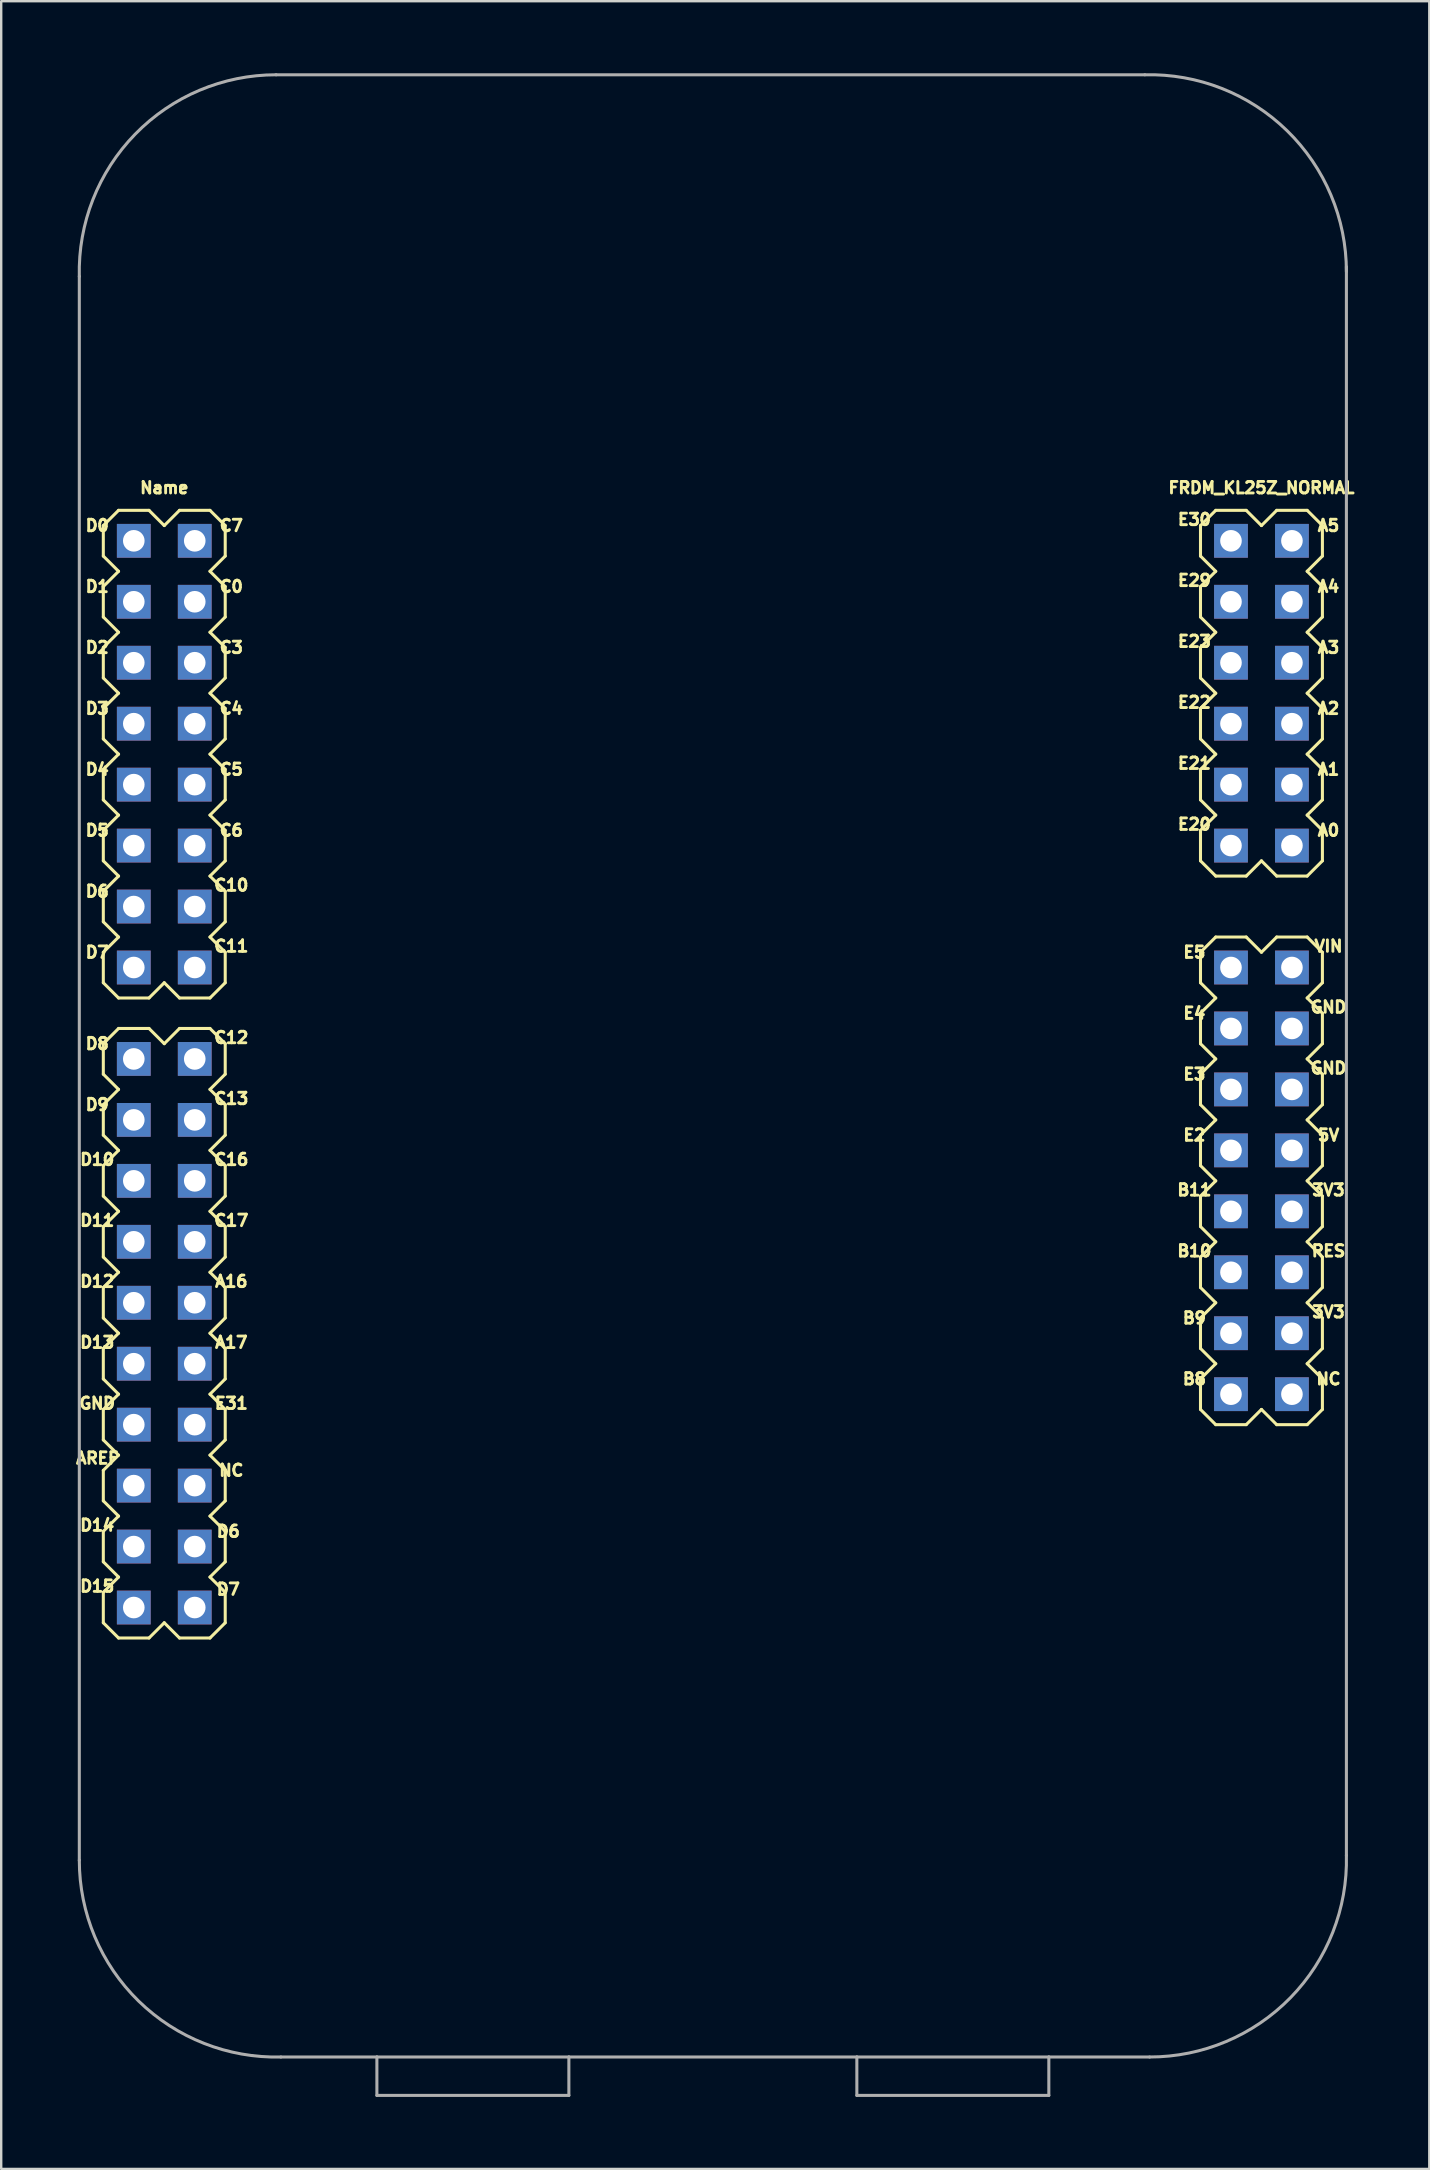
<source format=kicad_pcb>
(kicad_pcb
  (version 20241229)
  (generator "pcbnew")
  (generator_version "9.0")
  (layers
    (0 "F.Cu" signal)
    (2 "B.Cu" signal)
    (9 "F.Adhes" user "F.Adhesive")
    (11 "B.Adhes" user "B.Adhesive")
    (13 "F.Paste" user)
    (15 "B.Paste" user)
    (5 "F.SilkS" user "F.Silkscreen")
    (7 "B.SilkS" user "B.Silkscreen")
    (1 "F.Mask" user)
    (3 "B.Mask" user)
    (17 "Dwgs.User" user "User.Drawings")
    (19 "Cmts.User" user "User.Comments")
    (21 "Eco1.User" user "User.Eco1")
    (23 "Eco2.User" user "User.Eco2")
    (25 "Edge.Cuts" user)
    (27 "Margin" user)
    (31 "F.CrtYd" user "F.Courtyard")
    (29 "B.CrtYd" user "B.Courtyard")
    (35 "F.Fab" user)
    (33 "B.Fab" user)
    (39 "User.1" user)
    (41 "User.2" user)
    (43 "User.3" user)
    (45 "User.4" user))
  (footprint "FRDM_KL25Z_NORMAL"
    (layer "F.Cu")
    (at 26.655 37.266)
    (property "Reference" "FRDM_KL25Z_NORMAL" (at 22.86 -19.99 0) (layer "F.SilkS") (effects (font (size 0.48 0.48) (thickness 0.15))))
    (attr through_hole)
    (fp_line (start -25.4 -18.415) (end -25.4 -17.145) (stroke (width 0.127) (type solid)) (layer "F.SilkS"))
    (fp_line (start -25.4 -17.145) (end -24.765 -16.51) (stroke (width 0.127) (type solid)) (layer "F.SilkS"))
    (fp_line (start -25.4 -15.875) (end -25.4 -14.605) (stroke (width 0.127) (type solid)) (layer "F.SilkS"))
    (fp_line (start -25.4 -14.605) (end -24.765 -13.97) (stroke (width 0.127) (type solid)) (layer "F.SilkS"))
    (fp_line (start -25.4 -13.335) (end -25.4 -12.065) (stroke (width 0.127) (type solid)) (layer "F.SilkS"))
    (fp_line (start -25.4 -12.065) (end -24.765 -11.43) (stroke (width 0.127) (type solid)) (layer "F.SilkS"))
    (fp_line (start -25.4 -10.795) (end -25.4 -9.525) (stroke (width 0.127) (type solid)) (layer "F.SilkS"))
    (fp_line (start -25.4 -9.525) (end -24.765 -8.89) (stroke (width 0.127) (type solid)) (layer "F.SilkS"))
    (fp_line (start -25.4 -8.255) (end -25.4 -6.985) (stroke (width 0.127) (type solid)) (layer "F.SilkS"))
    (fp_line (start -25.4 -6.985) (end -24.765 -6.35) (stroke (width 0.127) (type solid)) (layer "F.SilkS"))
    (fp_line (start -25.4 -5.715) (end -25.4 -4.445) (stroke (width 0.127) (type solid)) (layer "F.SilkS"))
    (fp_line (start -25.4 -4.445) (end -24.765 -3.81) (stroke (width 0.127) (type solid)) (layer "F.SilkS"))
    (fp_line (start -25.4 -3.175) (end -25.4 -1.905) (stroke (width 0.127) (type solid)) (layer "F.SilkS"))
    (fp_line (start -25.4 -1.905) (end -24.765 -1.27) (stroke (width 0.127) (type solid)) (layer "F.SilkS"))
    (fp_line (start -25.4 -0.635) (end -25.4 0.635) (stroke (width 0.127) (type solid)) (layer "F.SilkS"))
    (fp_line (start -25.4 0.635) (end -24.765 1.27) (stroke (width 0.127) (type solid)) (layer "F.SilkS"))
    (fp_line (start -25.4 3.175) (end -25.4 4.445) (stroke (width 0.127) (type solid)) (layer "F.SilkS"))
    (fp_line (start -25.4 4.445) (end -24.765 5.08) (stroke (width 0.127) (type solid)) (layer "F.SilkS"))
    (fp_line (start -25.4 5.715) (end -25.4 6.985) (stroke (width 0.127) (type solid)) (layer "F.SilkS"))
    (fp_line (start -25.4 6.985) (end -24.765 7.62) (stroke (width 0.127) (type solid)) (layer "F.SilkS"))
    (fp_line (start -25.4 8.255) (end -25.4 9.525) (stroke (width 0.127) (type solid)) (layer "F.SilkS"))
    (fp_line (start -25.4 9.525) (end -24.765 10.16) (stroke (width 0.127) (type solid)) (layer "F.SilkS"))
    (fp_line (start -25.4 10.795) (end -25.4 12.065) (stroke (width 0.127) (type solid)) (layer "F.SilkS"))
    (fp_line (start -25.4 12.065) (end -24.765 12.7) (stroke (width 0.127) (type solid)) (layer "F.SilkS"))
    (fp_line (start -25.4 13.335) (end -25.4 14.605) (stroke (width 0.127) (type solid)) (layer "F.SilkS"))
    (fp_line (start -25.4 14.605) (end -24.765 15.24) (stroke (width 0.127) (type solid)) (layer "F.SilkS"))
    (fp_line (start -25.4 15.875) (end -25.4 17.145) (stroke (width 0.127) (type solid)) (layer "F.SilkS"))
    (fp_line (start -25.4 17.145) (end -24.765 17.78) (stroke (width 0.127) (type solid)) (layer "F.SilkS"))
    (fp_line (start -25.4 18.415) (end -25.4 19.685) (stroke (width 0.127) (type solid)) (layer "F.SilkS"))
    (fp_line (start -25.4 19.685) (end -24.765 20.32) (stroke (width 0.127) (type solid)) (layer "F.SilkS"))
    (fp_line (start -25.4 20.955) (end -25.4 22.225) (stroke (width 0.127) (type solid)) (layer "F.SilkS"))
    (fp_line (start -25.4 22.225) (end -24.765 22.86) (stroke (width 0.127) (type solid)) (layer "F.SilkS"))
    (fp_line (start -25.4 23.495) (end -25.4 24.765) (stroke (width 0.127) (type solid)) (layer "F.SilkS"))
    (fp_line (start -25.4 24.765) (end -24.765 25.4) (stroke (width 0.127) (type solid)) (layer "F.SilkS"))
    (fp_line (start -25.4 27.305) (end -25.4 26.035) (stroke (width 0.127) (type solid)) (layer "F.SilkS"))
    (fp_line (start -25.4 27.305) (end -24.765 27.94) (stroke (width 0.127) (type solid)) (layer "F.SilkS"))
    (fp_line (start -24.765 -19.05) (end -25.4 -18.415) (stroke (width 0.127) (type solid)) (layer "F.SilkS"))
    (fp_line (start -24.765 -16.51) (end -25.4 -15.875) (stroke (width 0.127) (type solid)) (layer "F.SilkS"))
    (fp_line (start -24.765 -13.97) (end -25.4 -13.335) (stroke (width 0.127) (type solid)) (layer "F.SilkS"))
    (fp_line (start -24.765 -11.43) (end -25.4 -10.795) (stroke (width 0.127) (type solid)) (layer "F.SilkS"))
    (fp_line (start -24.765 -8.89) (end -25.4 -8.255) (stroke (width 0.127) (type solid)) (layer "F.SilkS"))
    (fp_line (start -24.765 -6.35) (end -25.4 -5.715) (stroke (width 0.127) (type solid)) (layer "F.SilkS"))
    (fp_line (start -24.765 -3.81) (end -25.4 -3.175) (stroke (width 0.127) (type solid)) (layer "F.SilkS"))
    (fp_line (start -24.765 -1.27) (end -25.4 -0.635) (stroke (width 0.127) (type solid)) (layer "F.SilkS"))
    (fp_line (start -24.765 1.27) (end -23.495 1.27) (stroke (width 0.127) (type solid)) (layer "F.SilkS"))
    (fp_line (start -24.765 2.54) (end -25.4 3.175) (stroke (width 0.127) (type solid)) (layer "F.SilkS"))
    (fp_line (start -24.765 2.54) (end -23.495 2.54) (stroke (width 0.127) (type solid)) (layer "F.SilkS"))
    (fp_line (start -24.765 5.08) (end -25.4 5.715) (stroke (width 0.127) (type solid)) (layer "F.SilkS"))
    (fp_line (start -24.765 7.62) (end -25.4 8.255) (stroke (width 0.127) (type solid)) (layer "F.SilkS"))
    (fp_line (start -24.765 10.16) (end -25.4 10.795) (stroke (width 0.127) (type solid)) (layer "F.SilkS"))
    (fp_line (start -24.765 12.7) (end -25.4 13.335) (stroke (width 0.127) (type solid)) (layer "F.SilkS"))
    (fp_line (start -24.765 15.24) (end -25.4 15.875) (stroke (width 0.127) (type solid)) (layer "F.SilkS"))
    (fp_line (start -24.765 17.78) (end -25.4 18.415) (stroke (width 0.127) (type solid)) (layer "F.SilkS"))
    (fp_line (start -24.765 20.32) (end -25.4 20.955) (stroke (width 0.127) (type solid)) (layer "F.SilkS"))
    (fp_line (start -24.765 22.86) (end -25.4 23.495) (stroke (width 0.127) (type solid)) (layer "F.SilkS"))
    (fp_line (start -24.765 25.4) (end -25.4 26.035) (stroke (width 0.127) (type solid)) (layer "F.SilkS"))
    (fp_line (start -24.765 27.94) (end -23.495 27.94) (stroke (width 0.127) (type solid)) (layer "F.SilkS"))
    (fp_line (start -23.495 -19.05) (end -24.765 -19.05) (stroke (width 0.127) (type solid)) (layer "F.SilkS"))
    (fp_line (start -23.495 1.27) (end -22.86 0.635) (stroke (width 0.127) (type solid)) (layer "F.SilkS"))
    (fp_line (start -23.495 27.94) (end -22.86 27.305) (stroke (width 0.127) (type solid)) (layer "F.SilkS"))
    (fp_line (start -22.86 -18.415) (end -23.495 -19.05) (stroke (width 0.127) (type solid)) (layer "F.SilkS"))
    (fp_line (start -22.86 0.635) (end -22.225 1.27) (stroke (width 0.127) (type solid)) (layer "F.SilkS"))
    (fp_line (start -22.86 3.175) (end -23.495 2.54) (stroke (width 0.127) (type solid)) (layer "F.SilkS"))
    (fp_line (start -22.86 27.305) (end -22.225 27.94) (stroke (width 0.127) (type solid)) (layer "F.SilkS"))
    (fp_line (start -22.225 -19.05) (end -22.86 -18.415) (stroke (width 0.127) (type solid)) (layer "F.SilkS"))
    (fp_line (start -22.225 1.27) (end -20.955 1.27) (stroke (width 0.127) (type solid)) (layer "F.SilkS"))
    (fp_line (start -22.225 2.54) (end -22.86 3.175) (stroke (width 0.127) (type solid)) (layer "F.SilkS"))
    (fp_line (start -22.225 2.54) (end -20.955 2.54) (stroke (width 0.127) (type solid)) (layer "F.SilkS"))
    (fp_line (start -22.225 27.94) (end -20.955 27.94) (stroke (width 0.127) (type solid)) (layer "F.SilkS"))
    (fp_line (start -20.955 -19.05) (end -22.225 -19.05) (stroke (width 0.127) (type solid)) (layer "F.SilkS"))
    (fp_line (start -20.955 -16.51) (end -20.32 -17.145) (stroke (width 0.127) (type solid)) (layer "F.SilkS"))
    (fp_line (start -20.955 -13.97) (end -20.32 -14.605) (stroke (width 0.127) (type solid)) (layer "F.SilkS"))
    (fp_line (start -20.955 -11.43) (end -20.32 -12.065) (stroke (width 0.127) (type solid)) (layer "F.SilkS"))
    (fp_line (start -20.955 -8.89) (end -20.32 -9.525) (stroke (width 0.127) (type solid)) (layer "F.SilkS"))
    (fp_line (start -20.955 -6.35) (end -20.32 -6.985) (stroke (width 0.127) (type solid)) (layer "F.SilkS"))
    (fp_line (start -20.955 -3.81) (end -20.32 -4.445) (stroke (width 0.127) (type solid)) (layer "F.SilkS"))
    (fp_line (start -20.955 -1.27) (end -20.32 -1.905) (stroke (width 0.127) (type solid)) (layer "F.SilkS"))
    (fp_line (start -20.955 1.27) (end -20.32 0.635) (stroke (width 0.127) (type solid)) (layer "F.SilkS"))
    (fp_line (start -20.955 5.08) (end -20.32 4.445) (stroke (width 0.127) (type solid)) (layer "F.SilkS"))
    (fp_line (start -20.955 7.62) (end -20.32 6.985) (stroke (width 0.127) (type solid)) (layer "F.SilkS"))
    (fp_line (start -20.955 10.16) (end -20.32 9.525) (stroke (width 0.127) (type solid)) (layer "F.SilkS"))
    (fp_line (start -20.955 12.7) (end -20.32 12.065) (stroke (width 0.127) (type solid)) (layer "F.SilkS"))
    (fp_line (start -20.955 15.24) (end -20.32 14.605) (stroke (width 0.127) (type solid)) (layer "F.SilkS"))
    (fp_line (start -20.955 17.78) (end -20.32 17.145) (stroke (width 0.127) (type solid)) (layer "F.SilkS"))
    (fp_line (start -20.955 20.32) (end -20.32 19.685) (stroke (width 0.127) (type solid)) (layer "F.SilkS"))
    (fp_line (start -20.955 22.86) (end -20.32 22.225) (stroke (width 0.127) (type solid)) (layer "F.SilkS"))
    (fp_line (start -20.955 25.4) (end -20.32 24.765) (stroke (width 0.127) (type solid)) (layer "F.SilkS"))
    (fp_line (start -20.955 27.94) (end -20.32 27.305) (stroke (width 0.127) (type solid)) (layer "F.SilkS"))
    (fp_line (start -20.32 -18.415) (end -20.955 -19.05) (stroke (width 0.127) (type solid)) (layer "F.SilkS"))
    (fp_line (start -20.32 -17.145) (end -20.32 -18.415) (stroke (width 0.127) (type solid)) (layer "F.SilkS"))
    (fp_line (start -20.32 -15.875) (end -20.955 -16.51) (stroke (width 0.127) (type solid)) (layer "F.SilkS"))
    (fp_line (start -20.32 -14.605) (end -20.32 -15.875) (stroke (width 0.127) (type solid)) (layer "F.SilkS"))
    (fp_line (start -20.32 -13.335) (end -20.955 -13.97) (stroke (width 0.127) (type solid)) (layer "F.SilkS"))
    (fp_line (start -20.32 -12.065) (end -20.32 -13.335) (stroke (width 0.127) (type solid)) (layer "F.SilkS"))
    (fp_line (start -20.32 -10.795) (end -20.955 -11.43) (stroke (width 0.127) (type solid)) (layer "F.SilkS"))
    (fp_line (start -20.32 -9.525) (end -20.32 -10.795) (stroke (width 0.127) (type solid)) (layer "F.SilkS"))
    (fp_line (start -20.32 -8.255) (end -20.955 -8.89) (stroke (width 0.127) (type solid)) (layer "F.SilkS"))
    (fp_line (start -20.32 -6.985) (end -20.32 -8.255) (stroke (width 0.127) (type solid)) (layer "F.SilkS"))
    (fp_line (start -20.32 -5.715) (end -20.955 -6.35) (stroke (width 0.127) (type solid)) (layer "F.SilkS"))
    (fp_line (start -20.32 -4.445) (end -20.32 -5.715) (stroke (width 0.127) (type solid)) (layer "F.SilkS"))
    (fp_line (start -20.32 -3.175) (end -20.955 -3.81) (stroke (width 0.127) (type solid)) (layer "F.SilkS"))
    (fp_line (start -20.32 -1.905) (end -20.32 -3.175) (stroke (width 0.127) (type solid)) (layer "F.SilkS"))
    (fp_line (start -20.32 -0.635) (end -20.955 -1.27) (stroke (width 0.127) (type solid)) (layer "F.SilkS"))
    (fp_line (start -20.32 0.635) (end -20.32 -0.635) (stroke (width 0.127) (type solid)) (layer "F.SilkS"))
    (fp_line (start -20.32 3.175) (end -20.955 2.54) (stroke (width 0.127) (type solid)) (layer "F.SilkS"))
    (fp_line (start -20.32 4.445) (end -20.32 3.175) (stroke (width 0.127) (type solid)) (layer "F.SilkS"))
    (fp_line (start -20.32 5.715) (end -20.955 5.08) (stroke (width 0.127) (type solid)) (layer "F.SilkS"))
    (fp_line (start -20.32 6.985) (end -20.32 5.715) (stroke (width 0.127) (type solid)) (layer "F.SilkS"))
    (fp_line (start -20.32 8.255) (end -20.955 7.62) (stroke (width 0.127) (type solid)) (layer "F.SilkS"))
    (fp_line (start -20.32 9.525) (end -20.32 8.255) (stroke (width 0.127) (type solid)) (layer "F.SilkS"))
    (fp_line (start -20.32 10.795) (end -20.955 10.16) (stroke (width 0.127) (type solid)) (layer "F.SilkS"))
    (fp_line (start -20.32 12.065) (end -20.32 10.795) (stroke (width 0.127) (type solid)) (layer "F.SilkS"))
    (fp_line (start -20.32 13.335) (end -20.955 12.7) (stroke (width 0.127) (type solid)) (layer "F.SilkS"))
    (fp_line (start -20.32 14.605) (end -20.32 13.335) (stroke (width 0.127) (type solid)) (layer "F.SilkS"))
    (fp_line (start -20.32 15.875) (end -20.955 15.24) (stroke (width 0.127) (type solid)) (layer "F.SilkS"))
    (fp_line (start -20.32 17.145) (end -20.32 15.875) (stroke (width 0.127) (type solid)) (layer "F.SilkS"))
    (fp_line (start -20.32 18.415) (end -20.955 17.78) (stroke (width 0.127) (type solid)) (layer "F.SilkS"))
    (fp_line (start -20.32 19.685) (end -20.32 18.415) (stroke (width 0.127) (type solid)) (layer "F.SilkS"))
    (fp_line (start -20.32 20.955) (end -20.955 20.32) (stroke (width 0.127) (type solid)) (layer "F.SilkS"))
    (fp_line (start -20.32 22.225) (end -20.32 20.955) (stroke (width 0.127) (type solid)) (layer "F.SilkS"))
    (fp_line (start -20.32 23.495) (end -20.955 22.86) (stroke (width 0.127) (type solid)) (layer "F.SilkS"))
    (fp_line (start -20.32 24.765) (end -20.32 23.495) (stroke (width 0.127) (type solid)) (layer "F.SilkS"))
    (fp_line (start -20.32 26.035) (end -20.955 25.4) (stroke (width 0.127) (type solid)) (layer "F.SilkS"))
    (fp_line (start -20.32 27.305) (end -20.32 26.035) (stroke (width 0.127) (type solid)) (layer "F.SilkS"))
    (fp_line (start 20.32 -18.415) (end 20.32 -17.145) (stroke (width 0.127) (type solid)) (layer "F.SilkS"))
    (fp_line (start 20.32 -17.145) (end 20.955 -16.51) (stroke (width 0.127) (type solid)) (layer "F.SilkS"))
    (fp_line (start 20.32 -15.875) (end 20.32 -14.605) (stroke (width 0.127) (type solid)) (layer "F.SilkS"))
    (fp_line (start 20.32 -14.605) (end 20.955 -13.97) (stroke (width 0.127) (type solid)) (layer "F.SilkS"))
    (fp_line (start 20.32 -13.335) (end 20.32 -12.065) (stroke (width 0.127) (type solid)) (layer "F.SilkS"))
    (fp_line (start 20.32 -12.065) (end 20.955 -11.43) (stroke (width 0.127) (type solid)) (layer "F.SilkS"))
    (fp_line (start 20.32 -10.795) (end 20.32 -9.525) (stroke (width 0.127) (type solid)) (layer "F.SilkS"))
    (fp_line (start 20.32 -9.525) (end 20.955 -8.89) (stroke (width 0.127) (type solid)) (layer "F.SilkS"))
    (fp_line (start 20.32 -8.255) (end 20.32 -6.985) (stroke (width 0.127) (type solid)) (layer "F.SilkS"))
    (fp_line (start 20.32 -6.985) (end 20.955 -6.35) (stroke (width 0.127) (type solid)) (layer "F.SilkS"))
    (fp_line (start 20.32 -5.715) (end 20.32 -4.445) (stroke (width 0.127) (type solid)) (layer "F.SilkS"))
    (fp_line (start 20.32 -4.445) (end 20.955 -3.81) (stroke (width 0.127) (type solid)) (layer "F.SilkS"))
    (fp_line (start 20.32 -0.635) (end 20.32 0.635) (stroke (width 0.127) (type solid)) (layer "F.SilkS"))
    (fp_line (start 20.32 0.635) (end 20.955 1.27) (stroke (width 0.127) (type solid)) (layer "F.SilkS"))
    (fp_line (start 20.32 1.905) (end 20.32 3.175) (stroke (width 0.127) (type solid)) (layer "F.SilkS"))
    (fp_line (start 20.32 3.175) (end 20.955 3.81) (stroke (width 0.127) (type solid)) (layer "F.SilkS"))
    (fp_line (start 20.32 4.445) (end 20.32 5.715) (stroke (width 0.127) (type solid)) (layer "F.SilkS"))
    (fp_line (start 20.32 5.715) (end 20.955 6.35) (stroke (width 0.127) (type solid)) (layer "F.SilkS"))
    (fp_line (start 20.32 6.985) (end 20.32 8.255) (stroke (width 0.127) (type solid)) (layer "F.SilkS"))
    (fp_line (start 20.32 8.255) (end 20.955 8.89) (stroke (width 0.127) (type solid)) (layer "F.SilkS"))
    (fp_line (start 20.32 9.525) (end 20.32 10.795) (stroke (width 0.127) (type solid)) (layer "F.SilkS"))
    (fp_line (start 20.32 10.795) (end 20.955 11.43) (stroke (width 0.127) (type solid)) (layer "F.SilkS"))
    (fp_line (start 20.32 12.065) (end 20.32 13.335) (stroke (width 0.127) (type solid)) (layer "F.SilkS"))
    (fp_line (start 20.32 13.335) (end 20.955 13.97) (stroke (width 0.127) (type solid)) (layer "F.SilkS"))
    (fp_line (start 20.32 14.605) (end 20.32 15.875) (stroke (width 0.127) (type solid)) (layer "F.SilkS"))
    (fp_line (start 20.32 15.875) (end 20.955 16.51) (stroke (width 0.127) (type solid)) (layer "F.SilkS"))
    (fp_line (start 20.32 18.415) (end 20.32 17.145) (stroke (width 0.127) (type solid)) (layer "F.SilkS"))
    (fp_line (start 20.32 18.415) (end 20.955 19.05) (stroke (width 0.127) (type solid)) (layer "F.SilkS"))
    (fp_line (start 20.955 -19.05) (end 20.32 -18.415) (stroke (width 0.127) (type solid)) (layer "F.SilkS"))
    (fp_line (start 20.955 -16.51) (end 20.32 -15.875) (stroke (width 0.127) (type solid)) (layer "F.SilkS"))
    (fp_line (start 20.955 -13.97) (end 20.32 -13.335) (stroke (width 0.127) (type solid)) (layer "F.SilkS"))
    (fp_line (start 20.955 -11.43) (end 20.32 -10.795) (stroke (width 0.127) (type solid)) (layer "F.SilkS"))
    (fp_line (start 20.955 -8.89) (end 20.32 -8.255) (stroke (width 0.127) (type solid)) (layer "F.SilkS"))
    (fp_line (start 20.955 -6.35) (end 20.32 -5.715) (stroke (width 0.127) (type solid)) (layer "F.SilkS"))
    (fp_line (start 20.955 -3.81) (end 22.225 -3.81) (stroke (width 0.127) (type solid)) (layer "F.SilkS"))
    (fp_line (start 20.955 -1.27) (end 20.32 -0.635) (stroke (width 0.127) (type solid)) (layer "F.SilkS"))
    (fp_line (start 20.955 -1.27) (end 22.225 -1.27) (stroke (width 0.127) (type solid)) (layer "F.SilkS"))
    (fp_line (start 20.955 1.27) (end 20.32 1.905) (stroke (width 0.127) (type solid)) (layer "F.SilkS"))
    (fp_line (start 20.955 3.81) (end 20.32 4.445) (stroke (width 0.127) (type solid)) (layer "F.SilkS"))
    (fp_line (start 20.955 6.35) (end 20.32 6.985) (stroke (width 0.127) (type solid)) (layer "F.SilkS"))
    (fp_line (start 20.955 8.89) (end 20.32 9.525) (stroke (width 0.127) (type solid)) (layer "F.SilkS"))
    (fp_line (start 20.955 11.43) (end 20.32 12.065) (stroke (width 0.127) (type solid)) (layer "F.SilkS"))
    (fp_line (start 20.955 13.97) (end 20.32 14.605) (stroke (width 0.127) (type solid)) (layer "F.SilkS"))
    (fp_line (start 20.955 16.51) (end 20.32 17.145) (stroke (width 0.127) (type solid)) (layer "F.SilkS"))
    (fp_line (start 20.955 19.05) (end 22.225 19.05) (stroke (width 0.127) (type solid)) (layer "F.SilkS"))
    (fp_line (start 22.225 -19.05) (end 20.955 -19.05) (stroke (width 0.127) (type solid)) (layer "F.SilkS"))
    (fp_line (start 22.225 -3.81) (end 22.86 -4.445) (stroke (width 0.127) (type solid)) (layer "F.SilkS"))
    (fp_line (start 22.225 19.05) (end 22.86 18.415) (stroke (width 0.127) (type solid)) (layer "F.SilkS"))
    (fp_line (start 22.86 -18.415) (end 22.225 -19.05) (stroke (width 0.127) (type solid)) (layer "F.SilkS"))
    (fp_line (start 22.86 -4.445) (end 23.495 -3.81) (stroke (width 0.127) (type solid)) (layer "F.SilkS"))
    (fp_line (start 22.86 -0.635) (end 22.225 -1.27) (stroke (width 0.127) (type solid)) (layer "F.SilkS"))
    (fp_line (start 22.86 18.415) (end 23.495 19.05) (stroke (width 0.127) (type solid)) (layer "F.SilkS"))
    (fp_line (start 23.495 -19.05) (end 22.86 -18.415) (stroke (width 0.127) (type solid)) (layer "F.SilkS"))
    (fp_line (start 23.495 -1.27) (end 22.86 -0.635) (stroke (width 0.127) (type solid)) (layer "F.SilkS"))
    (fp_line (start 23.495 -1.27) (end 24.765 -1.27) (stroke (width 0.127) (type solid)) (layer "F.SilkS"))
    (fp_line (start 23.495 19.05) (end 24.765 19.05) (stroke (width 0.127) (type solid)) (layer "F.SilkS"))
    (fp_line (start 24.765 -19.05) (end 23.495 -19.05) (stroke (width 0.127) (type solid)) (layer "F.SilkS"))
    (fp_line (start 24.765 -19.05) (end 25.4 -18.415) (stroke (width 0.127) (type solid)) (layer "F.SilkS"))
    (fp_line (start 24.765 -16.51) (end 25.4 -15.875) (stroke (width 0.127) (type solid)) (layer "F.SilkS"))
    (fp_line (start 24.765 -13.97) (end 25.4 -13.335) (stroke (width 0.127) (type solid)) (layer "F.SilkS"))
    (fp_line (start 24.765 -11.43) (end 25.4 -10.795) (stroke (width 0.127) (type solid)) (layer "F.SilkS"))
    (fp_line (start 24.765 -8.89) (end 25.4 -8.255) (stroke (width 0.127) (type solid)) (layer "F.SilkS"))
    (fp_line (start 24.765 -6.35) (end 25.4 -5.715) (stroke (width 0.127) (type solid)) (layer "F.SilkS"))
    (fp_line (start 24.765 -3.81) (end 23.495 -3.81) (stroke (width 0.127) (type solid)) (layer "F.SilkS"))
    (fp_line (start 24.765 1.27) (end 25.4 0.635) (stroke (width 0.127) (type solid)) (layer "F.SilkS"))
    (fp_line (start 24.765 3.81) (end 25.4 3.175) (stroke (width 0.127) (type solid)) (layer "F.SilkS"))
    (fp_line (start 24.765 6.35) (end 25.4 5.715) (stroke (width 0.127) (type solid)) (layer "F.SilkS"))
    (fp_line (start 24.765 8.89) (end 25.4 8.255) (stroke (width 0.127) (type solid)) (layer "F.SilkS"))
    (fp_line (start 24.765 11.43) (end 25.4 10.795) (stroke (width 0.127) (type solid)) (layer "F.SilkS"))
    (fp_line (start 24.765 13.97) (end 25.4 13.335) (stroke (width 0.127) (type solid)) (layer "F.SilkS"))
    (fp_line (start 24.765 16.51) (end 25.4 15.875) (stroke (width 0.127) (type solid)) (layer "F.SilkS"))
    (fp_line (start 24.765 19.05) (end 25.4 18.415) (stroke (width 0.127) (type solid)) (layer "F.SilkS"))
    (fp_line (start 25.4 -18.415) (end 25.4 -17.145) (stroke (width 0.127) (type solid)) (layer "F.SilkS"))
    (fp_line (start 25.4 -17.145) (end 24.765 -16.51) (stroke (width 0.127) (type solid)) (layer "F.SilkS"))
    (fp_line (start 25.4 -15.875) (end 25.4 -14.605) (stroke (width 0.127) (type solid)) (layer "F.SilkS"))
    (fp_line (start 25.4 -14.605) (end 24.765 -13.97) (stroke (width 0.127) (type solid)) (layer "F.SilkS"))
    (fp_line (start 25.4 -13.335) (end 25.4 -12.065) (stroke (width 0.127) (type solid)) (layer "F.SilkS"))
    (fp_line (start 25.4 -12.065) (end 24.765 -11.43) (stroke (width 0.127) (type solid)) (layer "F.SilkS"))
    (fp_line (start 25.4 -10.795) (end 25.4 -9.525) (stroke (width 0.127) (type solid)) (layer "F.SilkS"))
    (fp_line (start 25.4 -9.525) (end 24.765 -8.89) (stroke (width 0.127) (type solid)) (layer "F.SilkS"))
    (fp_line (start 25.4 -8.255) (end 25.4 -6.985) (stroke (width 0.127) (type solid)) (layer "F.SilkS"))
    (fp_line (start 25.4 -6.985) (end 24.765 -6.35) (stroke (width 0.127) (type solid)) (layer "F.SilkS"))
    (fp_line (start 25.4 -5.715) (end 25.4 -4.445) (stroke (width 0.127) (type solid)) (layer "F.SilkS"))
    (fp_line (start 25.4 -4.445) (end 24.765 -3.81) (stroke (width 0.127) (type solid)) (layer "F.SilkS"))
    (fp_line (start 25.4 -0.635) (end 24.765 -1.27) (stroke (width 0.127) (type solid)) (layer "F.SilkS"))
    (fp_line (start 25.4 0.635) (end 25.4 -0.635) (stroke (width 0.127) (type solid)) (layer "F.SilkS"))
    (fp_line (start 25.4 1.905) (end 24.765 1.27) (stroke (width 0.127) (type solid)) (layer "F.SilkS"))
    (fp_line (start 25.4 3.175) (end 25.4 1.905) (stroke (width 0.127) (type solid)) (layer "F.SilkS"))
    (fp_line (start 25.4 4.445) (end 24.765 3.81) (stroke (width 0.127) (type solid)) (layer "F.SilkS"))
    (fp_line (start 25.4 5.715) (end 25.4 4.445) (stroke (width 0.127) (type solid)) (layer "F.SilkS"))
    (fp_line (start 25.4 6.985) (end 24.765 6.35) (stroke (width 0.127) (type solid)) (layer "F.SilkS"))
    (fp_line (start 25.4 8.255) (end 25.4 6.985) (stroke (width 0.127) (type solid)) (layer "F.SilkS"))
    (fp_line (start 25.4 9.525) (end 24.765 8.89) (stroke (width 0.127) (type solid)) (layer "F.SilkS"))
    (fp_line (start 25.4 10.795) (end 25.4 9.525) (stroke (width 0.127) (type solid)) (layer "F.SilkS"))
    (fp_line (start 25.4 12.065) (end 24.765 11.43) (stroke (width 0.127) (type solid)) (layer "F.SilkS"))
    (fp_line (start 25.4 12.065) (end 25.4 13.335) (stroke (width 0.127) (type solid)) (layer "F.SilkS"))
    (fp_line (start 25.4 14.605) (end 24.765 13.97) (stroke (width 0.127) (type solid)) (layer "F.SilkS"))
    (fp_line (start 25.4 15.875) (end 25.4 14.605) (stroke (width 0.127) (type solid)) (layer "F.SilkS"))
    (fp_line (start 25.4 17.145) (end 24.765 16.51) (stroke (width 0.127) (type solid)) (layer "F.SilkS"))
    (fp_line (start 25.4 18.415) (end 25.4 17.145) (stroke (width 0.127) (type solid)) (layer "F.SilkS"))
    (fp_line (start -26.4 -28.8) (end -26.4 37.2) (stroke (width 0.127) (type solid)) (layer "F.Fab"))
    (fp_line (start -14 45.4) (end -18 45.4) (stroke (width 0.127) (type solid)) (layer "F.Fab"))
    (fp_line (start -14 45.4) (end -14 47) (stroke (width 0.127) (type solid)) (layer "F.Fab"))
    (fp_line (start -14 47) (end -6 47) (stroke (width 0.127) (type solid)) (layer "F.Fab"))
    (fp_line (start -6 45.4) (end -14 45.4) (stroke (width 0.127) (type solid)) (layer "F.Fab"))
    (fp_line (start -6 47) (end -6 45.4) (stroke (width 0.127) (type solid)) (layer "F.Fab"))
    (fp_line (start 6 45.4) (end -6 45.4) (stroke (width 0.127) (type solid)) (layer "F.Fab"))
    (fp_line (start 6 47) (end 6 45.4) (stroke (width 0.127) (type solid)) (layer "F.Fab"))
    (fp_line (start 14 45.4) (end 6 45.4) (stroke (width 0.127) (type solid)) (layer "F.Fab"))
    (fp_line (start 14 45.4) (end 14 47) (stroke (width 0.127) (type solid)) (layer "F.Fab"))
    (fp_line (start 14 47) (end 6 47) (stroke (width 0.127) (type solid)) (layer "F.Fab"))
    (fp_line (start 18 -37.2) (end -18.2 -37.2) (stroke (width 0.127) (type solid)) (layer "F.Fab"))
    (fp_line (start 18.2 45.4) (end 14 45.4) (stroke (width 0.127) (type solid)) (layer "F.Fab"))
    (fp_line (start 26.4 -29.2) (end 26.4 37) (stroke (width 0.127) (type solid)) (layer "F.Fab"))
    (fp_arc (start -26.4 -28.8) (mid -24.069771 -34.727634) (end -18.2 -37.2) (stroke (width 0.127) (type solid)) (layer "F.Fab"))
    (fp_arc (start -18 45.4) (mid -23.927634 43.069771) (end -26.4 37.2) (stroke (width 0.127) (type solid)) (layer "F.Fab"))
    (fp_arc (start 18 -37.2) (mid 23.927634 -34.869771) (end 26.4 -29) (stroke (width 0.127) (type solid)) (layer "F.Fab"))
    (fp_arc (start 26.4 37) (mid 24.069771 42.927634) (end 18.2 45.4) (stroke (width 0.127) (type solid)) (layer "F.Fab"))
    (fp_text user "3V3" (at 25.654 14.351 0) (layer "F.SilkS") (effects (font (size 0.48 0.48) (thickness 0.15))))
    (fp_text user "B8" (at 20.066 17.145 0) (layer "F.SilkS") (effects (font (size 0.48 0.48) (thickness 0.15))))
    (fp_text user "C13" (at -20.066 5.461 0) (layer "F.SilkS") (effects (font (size 0.48 0.48) (thickness 0.15))))
    (fp_text user "C5" (at -20.066 -8.255 0) (layer "F.SilkS") (effects (font (size 0.48 0.48) (thickness 0.15))))
    (fp_text user "E29" (at 20.066 -16.129 0) (layer "F.SilkS") (effects (font (size 0.48 0.48) (thickness 0.15))))
    (fp_text user "5V" (at 25.654 6.985 0) (layer "F.SilkS") (effects (font (size 0.48 0.48) (thickness 0.15))))
    (fp_text user "D7" (at -20.193 25.908 0) (layer "F.SilkS") (effects (font (size 0.48 0.48) (thickness 0.15))))
    (fp_text user "NC" (at 25.654 17.145 0) (layer "F.SilkS") (effects (font (size 0.48 0.48) (thickness 0.15))))
    (fp_text user "GND" (at 25.654 1.651 0) (layer "F.SilkS") (effects (font (size 0.48 0.48) (thickness 0.15))))
    (fp_text user "D10" (at -25.654 8.001 0) (layer "F.SilkS") (effects (font (size 0.48 0.48) (thickness 0.15))))
    (fp_text user "RES" (at 25.654 11.811 0) (layer "F.SilkS") (effects (font (size 0.48 0.48) (thickness 0.15))))
    (fp_text user "B9" (at 20.066 14.605 0) (layer "F.SilkS") (effects (font (size 0.48 0.48) (thickness 0.15))))
    (fp_text user "D8" (at -25.654 3.175 0) (layer "F.SilkS") (effects (font (size 0.48 0.48) (thickness 0.15))))
    (fp_text user "E3" (at 20.066 4.445 0) (layer "F.SilkS") (effects (font (size 0.48 0.48) (thickness 0.15))))
    (fp_text user "D14" (at -25.654 23.241 0) (layer "F.SilkS") (effects (font (size 0.48 0.48) (thickness 0.15))))
    (fp_text user "E20" (at 20.066 -5.969 0) (layer "F.SilkS") (effects (font (size 0.48 0.48) (thickness 0.15))))
    (fp_text user "E5" (at 20.066 -0.635 0) (layer "F.SilkS") (effects (font (size 0.48 0.48) (thickness 0.15))))
    (fp_text user "D15" (at -25.654 25.781 0) (layer "F.SilkS") (effects (font (size 0.48 0.48) (thickness 0.15))))
    (fp_text user "A0" (at 25.654 -5.715 0) (layer "F.SilkS") (effects (font (size 0.48 0.48) (thickness 0.15))))
    (fp_text user "D2" (at -25.654 -13.335 0) (layer "F.SilkS") (effects (font (size 0.48 0.48) (thickness 0.15))))
    (fp_text user "D0" (at -25.654 -18.415 0) (layer "F.SilkS") (effects (font (size 0.48 0.48) (thickness 0.15))))
    (fp_text user "C0" (at -20.066 -15.875 0) (layer "F.SilkS") (effects (font (size 0.48 0.48) (thickness 0.15))))
    (fp_text user "C17" (at -20.066 10.541 0) (layer "F.SilkS") (effects (font (size 0.48 0.48) (thickness 0.15))))
    (fp_text user "B11" (at 20.066 9.271 0) (layer "F.SilkS") (effects (font (size 0.48 0.48) (thickness 0.15))))
    (fp_text user "D7" (at -25.654 -0.635 0) (layer "F.SilkS") (effects (font (size 0.48 0.48) (thickness 0.15))))
    (fp_text user "A4" (at 25.654 -15.875 0) (layer "F.SilkS") (effects (font (size 0.48 0.48) (thickness 0.15))))
    (fp_text user "AREF" (at -25.654 20.447 0) (layer "F.SilkS") (effects (font (size 0.48 0.48) (thickness 0.15))))
    (fp_text user "C12" (at -20.066 2.921 0) (layer "F.SilkS") (effects (font (size 0.48 0.48) (thickness 0.15))))
    (fp_text user "C3" (at -20.066 -13.335 0) (layer "F.SilkS") (effects (font (size 0.48 0.48) (thickness 0.15))))
    (fp_text user "C7" (at -20.066 -18.415 0) (layer "F.SilkS") (effects (font (size 0.48 0.48) (thickness 0.15))))
    (fp_text user "D5" (at -25.654 -5.715 0) (layer "F.SilkS") (effects (font (size 0.48 0.48) (thickness 0.15))))
    (fp_text user "E2" (at 20.066 6.985 0) (layer "F.SilkS") (effects (font (size 0.48 0.48) (thickness 0.15))))
    (fp_text user "E22" (at 20.066 -11.049 0) (layer "F.SilkS") (effects (font (size 0.48 0.48) (thickness 0.15))))
    (fp_text user "D6" (at -25.654 -3.175 0) (layer "F.SilkS") (effects (font (size 0.48 0.48) (thickness 0.15))))
    (fp_text user "C16" (at -20.066 8.001 0) (layer "F.SilkS") (effects (font (size 0.48 0.48) (thickness 0.15))))
    (fp_text user "A5" (at 25.654 -18.415 0) (layer "F.SilkS") (effects (font (size 0.48 0.48) (thickness 0.15))))
    (fp_text user "D6" (at -20.193 23.495 0) (layer "F.SilkS") (effects (font (size 0.48 0.48) (thickness 0.15))))
    (fp_text user "A2" (at 25.654 -10.795 0) (layer "F.SilkS") (effects (font (size 0.48 0.48) (thickness 0.15))))
    (fp_text user "E23" (at 20.066 -13.589 0) (layer "F.SilkS") (effects (font (size 0.48 0.48) (thickness 0.15))))
    (fp_text user "B10" (at 20.066 11.811 0) (layer "F.SilkS") (effects (font (size 0.48 0.48) (thickness 0.15))))
    (fp_text user "A1" (at 25.654 -8.255 0) (layer "F.SilkS") (effects (font (size 0.48 0.48) (thickness 0.15))))
    (fp_text user "D3" (at -25.654 -10.795 0) (layer "F.SilkS") (effects (font (size 0.48 0.48) (thickness 0.15))))
    (fp_text user "D4" (at -25.654 -8.255 0) (layer "F.SilkS") (effects (font (size 0.48 0.48) (thickness 0.15))))
    (fp_text user "E4" (at 20.066 1.905 0) (layer "F.SilkS") (effects (font (size 0.48 0.48) (thickness 0.15))))
    (fp_text user "GND" (at 25.654 4.191 0) (layer "F.SilkS") (effects (font (size 0.48 0.48) (thickness 0.15))))
    (fp_text user "VIN" (at 25.654 -0.889 0) (layer "F.SilkS") (effects (font (size 0.48 0.48) (thickness 0.15))))
    (fp_text user "D12" (at -25.654 13.081 0) (layer "F.SilkS") (effects (font (size 0.48 0.48) (thickness 0.15))))
    (fp_text user "Name" (at -22.86 -19.99 0) (layer "F.SilkS") (effects (font (size 0.48 0.48) (thickness 0.15))))
    (fp_text user "A17" (at -20.066 15.621 0) (layer "F.SilkS") (effects (font (size 0.48 0.48) (thickness 0.15))))
    (fp_text user "E21" (at 20.066 -8.509 0) (layer "F.SilkS") (effects (font (size 0.48 0.48) (thickness 0.15))))
    (fp_text user "E31" (at -20.066 18.161 0) (layer "F.SilkS") (effects (font (size 0.48 0.48) (thickness 0.15))))
    (fp_text user "D13" (at -25.654 15.621 0) (layer "F.SilkS") (effects (font (size 0.48 0.48) (thickness 0.15))))
    (fp_text user "C6" (at -20.066 -5.715 0) (layer "F.SilkS") (effects (font (size 0.48 0.48) (thickness 0.15))))
    (fp_text user "A16" (at -20.066 13.081 0) (layer "F.SilkS") (effects (font (size 0.48 0.48) (thickness 0.15))))
    (fp_text user "C10" (at -20.066 -3.429 0) (layer "F.SilkS") (effects (font (size 0.48 0.48) (thickness 0.15))))
    (fp_text user "C11" (at -20.066 -0.889 0) (layer "F.SilkS") (effects (font (size 0.48 0.48) (thickness 0.15))))
    (fp_text user "C4" (at -20.066 -10.795 0) (layer "F.SilkS") (effects (font (size 0.48 0.48) (thickness 0.15))))
    (fp_text user "D9" (at -25.654 5.715 0) (layer "F.SilkS") (effects (font (size 0.48 0.48) (thickness 0.15))))
    (fp_text user "3V3" (at 25.654 9.271 0) (layer "F.SilkS") (effects (font (size 0.48 0.48) (thickness 0.15))))
    (fp_text user "NC" (at -20.066 20.955 0) (layer "F.SilkS") (effects (font (size 0.48 0.48) (thickness 0.15))))
    (fp_text user "E30" (at 20.066 -18.669 0) (layer "F.SilkS") (effects (font (size 0.48 0.48) (thickness 0.15))))
    (fp_text user "A3" (at 25.654 -13.335 0) (layer "F.SilkS") (effects (font (size 0.48 0.48) (thickness 0.15))))
    (fp_text user "D11" (at -25.654 10.541 0) (layer "F.SilkS") (effects (font (size 0.48 0.48) (thickness 0.15))))
    (fp_text user "D1" (at -25.654 -15.875 0) (layer "F.SilkS") (effects (font (size 0.48 0.48) (thickness 0.15))))
    (fp_text user "GND" (at -25.654 18.161 0) (layer "F.SilkS") (effects (font (size 0.48 0.48) (thickness 0.15))))
    (pad "3V3" thru_hole rect (at 24.13 15.24) (size 1.408 1.408) (drill 0.9) (layers "*.Cu" "*.Mask"))
    (pad "5V" thru_hole rect (at 24.13 7.62) (size 1.408 1.408) (drill 0.9) (layers "*.Cu" "*.Mask"))
    (pad "A0" thru_hole rect (at 24.13 -5.08) (size 1.408 1.408) (drill 0.9) (layers "*.Cu" "*.Mask"))
    (pad "A1" thru_hole rect (at 24.13 -7.62) (size 1.408 1.408) (drill 0.9) (layers "*.Cu" "*.Mask"))
    (pad "A2" thru_hole rect (at 24.13 -10.16) (size 1.408 1.408) (drill 0.9) (layers "*.Cu" "*.Mask"))
    (pad "A3" thru_hole rect (at 24.13 -12.7) (size 1.408 1.408) (drill 0.9) (layers "*.Cu" "*.Mask"))
    (pad "A4" thru_hole rect (at 24.13 -15.24) (size 1.408 1.408) (drill 0.9) (layers "*.Cu" "*.Mask"))
    (pad "A5" thru_hole rect (at 24.13 -17.78) (size 1.408 1.408) (drill 0.9) (layers "*.Cu" "*.Mask"))
    (pad "AREF" thru_hole rect (at -24.13 21.59) (size 1.408 1.408) (drill 0.9) (layers "*.Cu" "*.Mask"))
    (pad "D0" thru_hole rect (at -24.13 -17.78) (size 1.408 1.408) (drill 0.9) (layers "*.Cu" "*.Mask"))
    (pad "D1" thru_hole rect (at -24.13 -15.24) (size 1.408 1.408) (drill 0.9) (layers "*.Cu" "*.Mask"))
    (pad "D2" thru_hole rect (at -24.13 -12.7) (size 1.408 1.408) (drill 0.9) (layers "*.Cu" "*.Mask"))
    (pad "D3" thru_hole rect (at -24.13 -10.16) (size 1.408 1.408) (drill 0.9) (layers "*.Cu" "*.Mask"))
    (pad "D4" thru_hole rect (at -24.13 -7.62) (size 1.408 1.408) (drill 0.9) (layers "*.Cu" "*.Mask"))
    (pad "D5" thru_hole rect (at -24.13 -5.08) (size 1.408 1.408) (drill 0.9) (layers "*.Cu" "*.Mask"))
    (pad "D6" thru_hole rect (at -24.13 -2.54) (size 1.408 1.408) (drill 0.9) (layers "*.Cu" "*.Mask"))
    (pad "D7" thru_hole rect (at -24.13 0) (size 1.408 1.408) (drill 0.9) (layers "*.Cu" "*.Mask"))
    (pad "D8" thru_hole rect (at -24.13 3.81) (size 1.408 1.408) (drill 0.9) (layers "*.Cu" "*.Mask"))
    (pad "D9" thru_hole rect (at -24.13 6.35) (size 1.408 1.408) (drill 0.9) (layers "*.Cu" "*.Mask"))
    (pad "D10" thru_hole rect (at -24.13 8.89) (size 1.408 1.408) (drill 0.9) (layers "*.Cu" "*.Mask"))
    (pad "D11" thru_hole rect (at -24.13 11.43) (size 1.408 1.408) (drill 0.9) (layers "*.Cu" "*.Mask"))
    (pad "D12" thru_hole rect (at -24.13 13.97) (size 1.408 1.408) (drill 0.9) (layers "*.Cu" "*.Mask"))
    (pad "D13" thru_hole rect (at -24.13 16.51) (size 1.408 1.408) (drill 0.9) (layers "*.Cu" "*.Mask"))
    (pad "D14" thru_hole rect (at -24.13 24.13) (size 1.408 1.408) (drill 0.9) (layers "*.Cu" "*.Mask"))
    (pad "D15" thru_hole rect (at -24.13 26.67) (size 1.408 1.408) (drill 0.9) (layers "*.Cu" "*.Mask"))
    (pad "GND0" thru_hole rect (at 24.13 2.54) (size 1.408 1.408) (drill 0.9) (layers "*.Cu" "*.Mask"))
    (pad "GND1" thru_hole rect (at 24.13 5.08) (size 1.408 1.408) (drill 0.9) (layers "*.Cu" "*.Mask"))
    (pad "GND2" thru_hole rect (at -24.13 19.05) (size 1.408 1.408) (drill 0.9) (layers "*.Cu" "*.Mask"))
    (pad "NC1" thru_hole rect (at 24.13 17.78) (size 1.408 1.408) (drill 0.9) (layers "*.Cu" "*.Mask"))
    (pad "NC2" thru_hole rect (at -21.59 21.59) (size 1.408 1.408) (drill 0.9) (layers "*.Cu" "*.Mask"))
    (pad "P3V3" thru_hole rect (at 24.13 10.16) (size 1.408 1.408) (drill 0.9) (layers "*.Cu" "*.Mask"))
    (pad "PTA16" thru_hole rect (at -21.59 13.97) (size 1.408 1.408) (drill 0.9) (layers "*.Cu" "*.Mask"))
    (pad "PTA17" thru_hole rect (at -21.59 16.51) (size 1.408 1.408) (drill 0.9) (layers "*.Cu" "*.Mask"))
    (pad "PTB8" thru_hole rect (at 21.59 17.78) (size 1.408 1.408) (drill 0.9) (layers "*.Cu" "*.Mask"))
    (pad "PTB9" thru_hole rect (at 21.59 15.24) (size 1.408 1.408) (drill 0.9) (layers "*.Cu" "*.Mask"))
    (pad "PTB10" thru_hole rect (at 21.59 12.7) (size 1.408 1.408) (drill 0.9) (layers "*.Cu" "*.Mask"))
    (pad "PTB11" thru_hole rect (at 21.59 10.16) (size 1.408 1.408) (drill 0.9) (layers "*.Cu" "*.Mask"))
    (pad "PTC0" thru_hole rect (at -21.59 -15.24) (size 1.408 1.408) (drill 0.9) (layers "*.Cu" "*.Mask"))
    (pad "PTC3" thru_hole rect (at -21.59 -12.7) (size 1.408 1.408) (drill 0.9) (layers "*.Cu" "*.Mask"))
    (pad "PTC4" thru_hole rect (at -21.59 -10.16) (size 1.408 1.408) (drill 0.9) (layers "*.Cu" "*.Mask"))
    (pad "PTC5" thru_hole rect (at -21.59 -7.62) (size 1.408 1.408) (drill 0.9) (layers "*.Cu" "*.Mask"))
    (pad "PTC6" thru_hole rect (at -21.59 -5.08) (size 1.408 1.408) (drill 0.9) (layers "*.Cu" "*.Mask"))
    (pad "PTC7" thru_hole rect (at -21.59 -17.78) (size 1.408 1.408) (drill 0.9) (layers "*.Cu" "*.Mask"))
    (pad "PTC10" thru_hole rect (at -21.59 -2.54) (size 1.408 1.408) (drill 0.9) (layers "*.Cu" "*.Mask"))
    (pad "PTC11" thru_hole rect (at -21.59 0) (size 1.408 1.408) (drill 0.9) (layers "*.Cu" "*.Mask"))
    (pad "PTC12" thru_hole rect (at -21.59 3.81) (size 1.408 1.408) (drill 0.9) (layers "*.Cu" "*.Mask"))
    (pad "PTC13" thru_hole rect (at -21.59 6.35) (size 1.408 1.408) (drill 0.9) (layers "*.Cu" "*.Mask"))
    (pad "PTC16" thru_hole rect (at -21.59 8.89) (size 1.408 1.408) (drill 0.9) (layers "*.Cu" "*.Mask"))
    (pad "PTC17" thru_hole rect (at -21.59 11.43) (size 1.408 1.408) (drill 0.9) (layers "*.Cu" "*.Mask"))
    (pad "PTD6" thru_hole rect (at -21.59 24.13) (size 1.408 1.408) (drill 0.9) (layers "*.Cu" "*.Mask"))
    (pad "PTD7" thru_hole rect (at -21.59 26.67) (size 1.408 1.408) (drill 0.9) (layers "*.Cu" "*.Mask"))
    (pad "PTE2" thru_hole rect (at 21.59 7.62) (size 1.408 1.408) (drill 0.9) (layers "*.Cu" "*.Mask"))
    (pad "PTE3" thru_hole rect (at 21.59 5.08) (size 1.408 1.408) (drill 0.9) (layers "*.Cu" "*.Mask"))
    (pad "PTE4" thru_hole rect (at 21.59 2.54) (size 1.408 1.408) (drill 0.9) (layers "*.Cu" "*.Mask"))
    (pad "PTE5" thru_hole rect (at 21.59 0) (size 1.408 1.408) (drill 0.9) (layers "*.Cu" "*.Mask"))
    (pad "PTE20" thru_hole rect (at 21.59 -5.08) (size 1.408 1.408) (drill 0.9) (layers "*.Cu" "*.Mask"))
    (pad "PTE21" thru_hole rect (at 21.59 -7.62) (size 1.408 1.408) (drill 0.9) (layers "*.Cu" "*.Mask"))
    (pad "PTE22" thru_hole rect (at 21.59 -10.16) (size 1.408 1.408) (drill 0.9) (layers "*.Cu" "*.Mask"))
    (pad "PTE23" thru_hole rect (at 21.59 -12.7) (size 1.408 1.408) (drill 0.9) (layers "*.Cu" "*.Mask"))
    (pad "PTE29" thru_hole rect (at 21.59 -15.24) (size 1.408 1.408) (drill 0.9) (layers "*.Cu" "*.Mask"))
    (pad "PTE30" thru_hole rect (at 21.59 -17.78) (size 1.408 1.408) (drill 0.9) (layers "*.Cu" "*.Mask"))
    (pad "PTE31" thru_hole rect (at -21.59 19.05) (size 1.408 1.408) (drill 0.9) (layers "*.Cu" "*.Mask"))
    (pad "RESET" thru_hole rect (at 24.13 12.7) (size 1.408 1.408) (drill 0.9) (layers "*.Cu" "*.Mask"))
    (pad "VIN" thru_hole rect (at 24.13 0) (size 1.408 1.408) (drill 0.9) (layers "*.Cu" "*.Mask")))
  (gr_rect
    (start -3 -3)
    (end 56.509 87.329)
    (stroke (width 0.1) (type default))
    (fill no)
    (layer "Edge.Cuts")))
</source>
